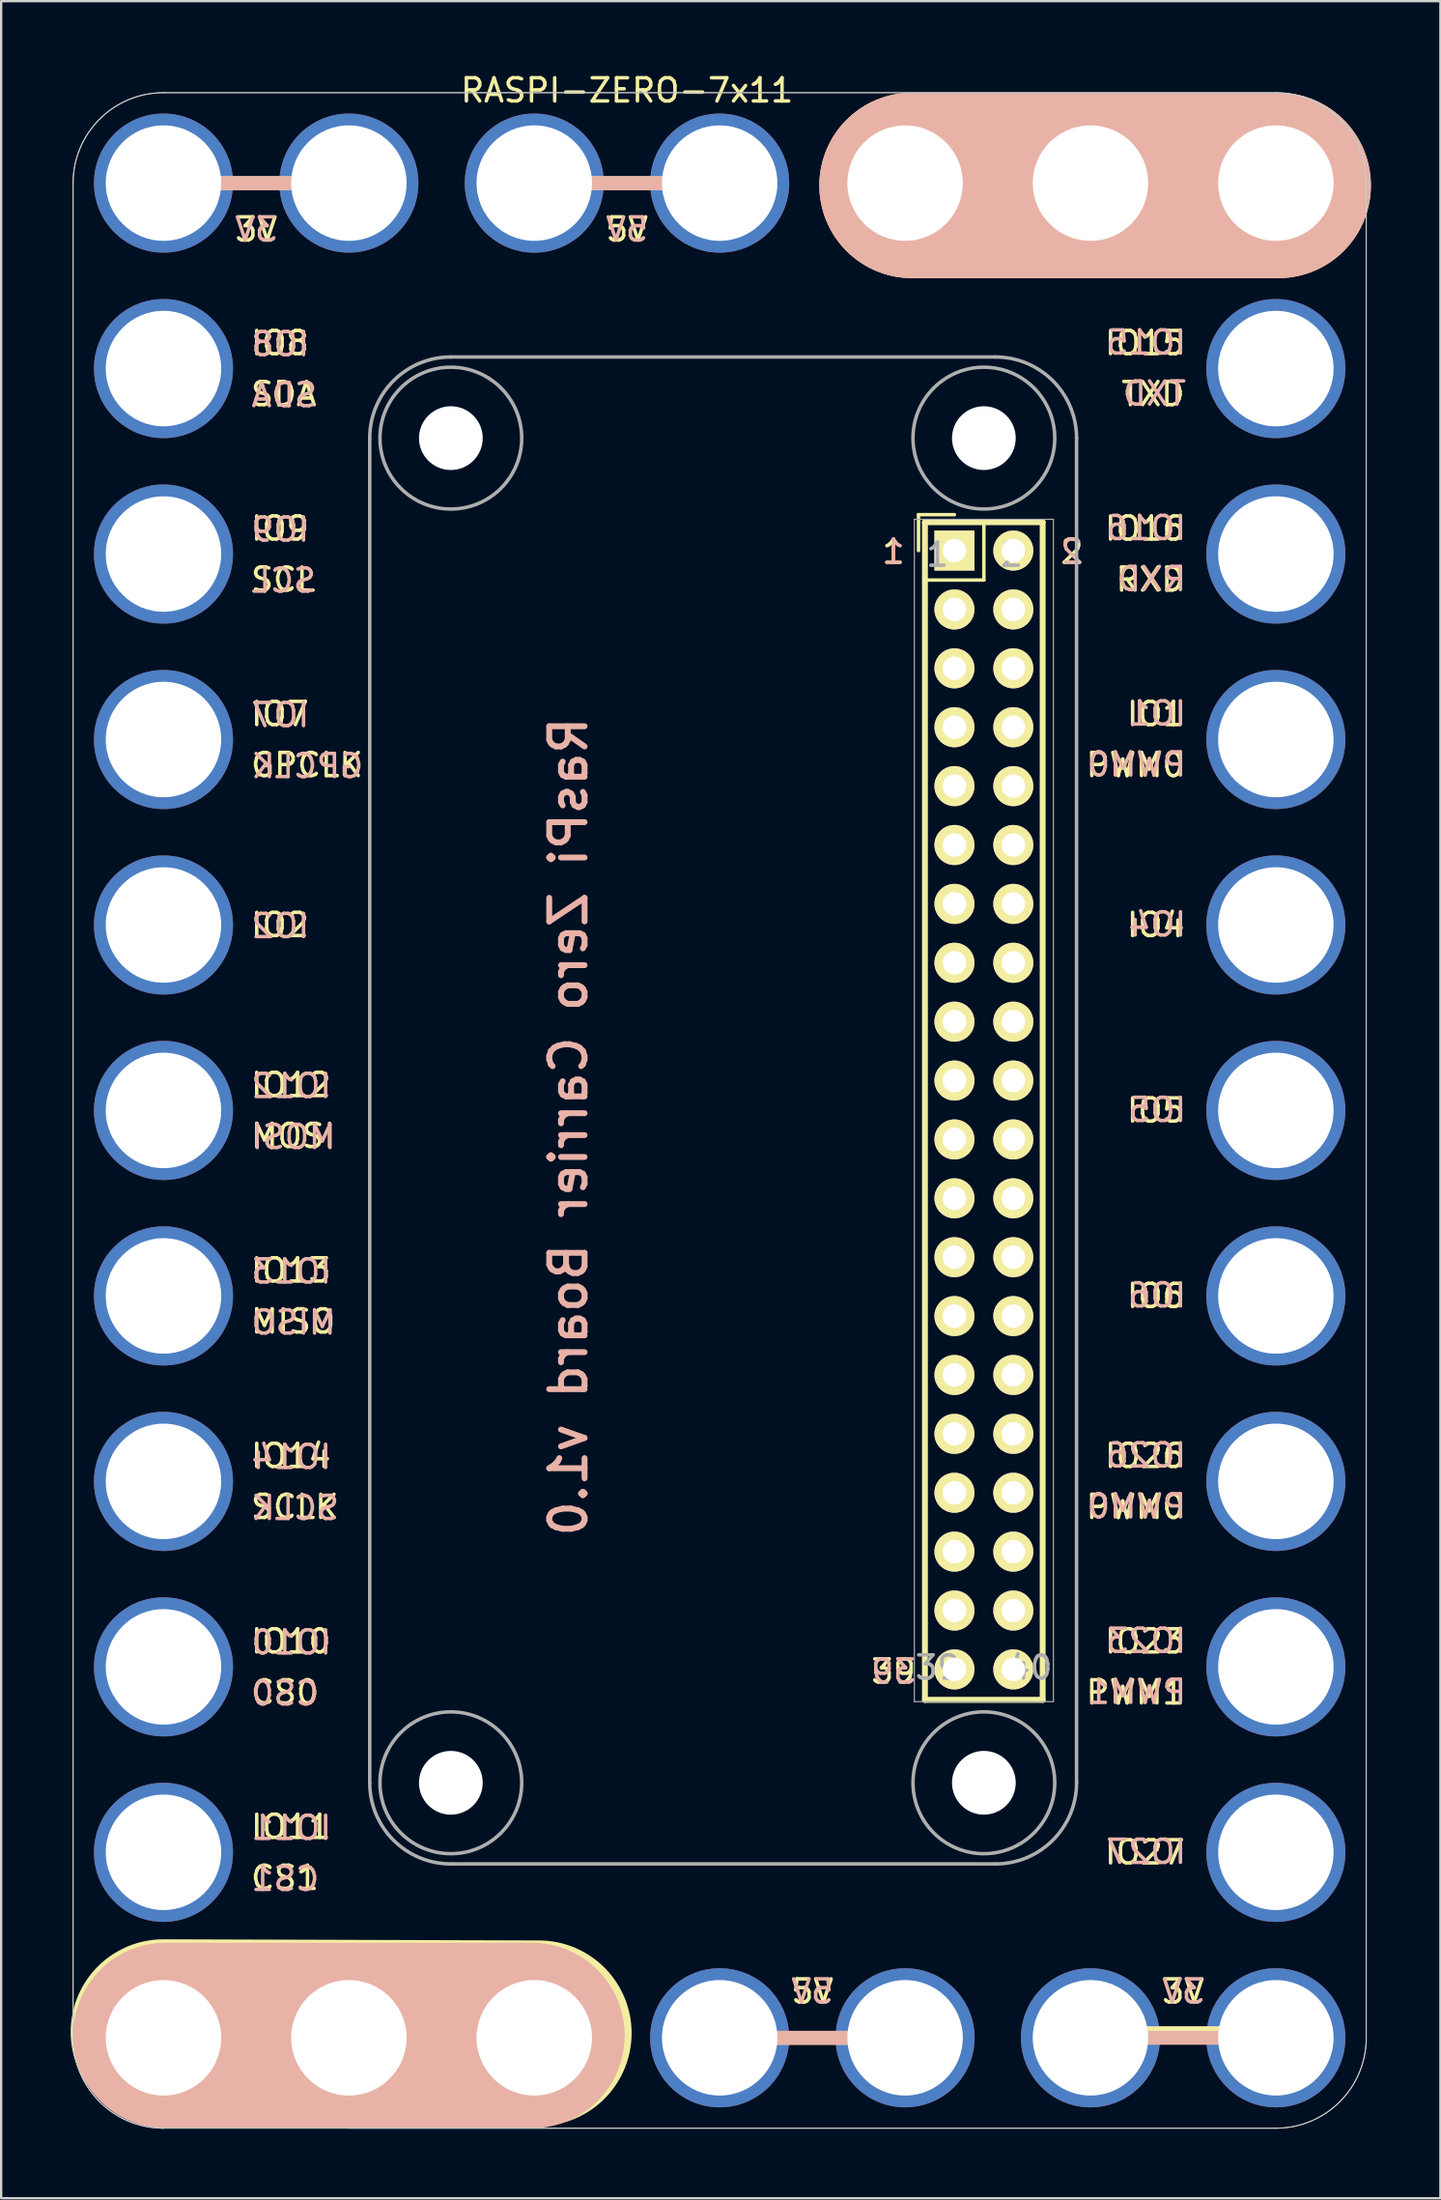
<source format=kicad_pcb>
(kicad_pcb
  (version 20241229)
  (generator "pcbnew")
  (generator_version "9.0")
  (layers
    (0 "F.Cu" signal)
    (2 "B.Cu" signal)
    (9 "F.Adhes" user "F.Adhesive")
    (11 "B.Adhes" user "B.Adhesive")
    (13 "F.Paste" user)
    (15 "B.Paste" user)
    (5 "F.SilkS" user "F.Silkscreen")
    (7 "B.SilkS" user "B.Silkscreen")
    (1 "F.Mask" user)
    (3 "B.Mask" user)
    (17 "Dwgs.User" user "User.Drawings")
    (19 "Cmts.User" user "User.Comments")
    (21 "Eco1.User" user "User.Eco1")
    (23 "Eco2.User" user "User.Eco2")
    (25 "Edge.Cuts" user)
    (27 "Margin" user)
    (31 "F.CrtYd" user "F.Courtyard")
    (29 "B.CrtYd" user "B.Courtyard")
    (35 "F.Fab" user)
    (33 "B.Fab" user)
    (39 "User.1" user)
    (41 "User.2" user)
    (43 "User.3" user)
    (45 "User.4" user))
  (footprint "RASPI-ZERO-7x11"
    (layer "F.Cu")
    (at 3.904 5.348)
    (property "Reference" "RASPI-ZERO-7x11" (at 20.1 -4.5 0) (layer "F.SilkS") (effects (font (size 1 1) (thickness 0.15))))
    (attr through_hole)
    (fp_line (start -0.4 -0.5) (end 8.2 -0.5) (stroke (width 0.6) (type solid)) (layer "F.SilkS"))
    (fp_line (start 15.4 -0.5) (end 24 -0.5) (stroke (width 0.6) (type solid)) (layer "F.SilkS"))
    (fp_line (start 16.3 79.3) (end 0.096 79.25) (stroke (width 8) (type solid)) (layer "F.SilkS"))
    (fp_line (start 23.9 79.5) (end 32.2 79.5) (stroke (width 0.6) (type solid)) (layer "F.SilkS"))
    (fp_line (start 32.4 -0.4) (end 48.2 -0.4) (stroke (width 8) (type solid)) (layer "F.SilkS"))
    (fp_line (start 32.68 13.8) (end 32.68 15.35) (stroke (width 0.15) (type solid)) (layer "F.SilkS"))
    (fp_line (start 32.957 14.127) (end 38.037 14.127) (stroke (width 0.254) (type solid)) (layer "F.SilkS"))
    (fp_line (start 32.957 64.927) (end 32.957 14.127) (stroke (width 0.254) (type solid)) (layer "F.SilkS"))
    (fp_line (start 32.96 16.62) (end 32.96 64.88) (stroke (width 0.15) (type solid)) (layer "F.SilkS"))
    (fp_line (start 34.23 13.8) (end 32.68 13.8) (stroke (width 0.15) (type solid)) (layer "F.SilkS"))
    (fp_line (start 35.5 14.08) (end 35.5 16.62) (stroke (width 0.15) (type solid)) (layer "F.SilkS"))
    (fp_line (start 35.5 16.62) (end 32.96 16.62) (stroke (width 0.15) (type solid)) (layer "F.SilkS"))
    (fp_line (start 38.037 14.127) (end 38.037 64.927) (stroke (width 0.254) (type solid)) (layer "F.SilkS"))
    (fp_line (start 38.037 64.927) (end 32.957 64.927) (stroke (width 0.254) (type solid)) (layer "F.SilkS"))
    (fp_line (start 38.04 14.08) (end 35.5 14.08) (stroke (width 0.15) (type solid)) (layer "F.SilkS"))
    (fp_line (start 38.04 64.88) (end 32.96 64.88) (stroke (width 0.15) (type solid)) (layer "F.SilkS"))
    (fp_line (start 38.04 64.88) (end 38.04 14.08) (stroke (width 0.15) (type solid)) (layer "F.SilkS"))
    (fp_line (start 40.2 79.3) (end 48.3 79.3) (stroke (width 0.6) (type solid)) (layer "F.SilkS"))
    (fp_line (start -0.4 -0.5) (end 8.2 -0.5) (stroke (width 0.6) (type solid)) (layer "B.SilkS"))
    (fp_line (start 15.4 -0.5) (end 24 -0.5) (stroke (width 0.6) (type solid)) (layer "B.SilkS"))
    (fp_line (start 16 79.4) (end 0.2 79.4) (stroke (width 8) (type solid)) (layer "B.SilkS"))
    (fp_line (start 32.4 -0.4) (end 48.2 -0.4) (stroke (width 8) (type solid)) (layer "B.SilkS"))
    (fp_line (start 33 79.5) (end 24.4 79.5) (stroke (width 0.6) (type solid)) (layer "B.SilkS"))
    (fp_line (start 48.8 79.5) (end 40.2 79.5) (stroke (width 0.6) (type solid)) (layer "B.SilkS"))
    (fp_line (start -3.8 -0.5) (end -3.8 79.5) (stroke (width 0.041) (type solid)) (layer "Edge.Cuts"))
    (fp_line (start 0 83.4) (end 48.1 83.4) (stroke (width 0.041) (type solid)) (layer "Edge.Cuts"))
    (fp_line (start 48.1 -4.4) (end 0.1 -4.4) (stroke (width 0.041) (type solid)) (layer "Edge.Cuts"))
    (fp_line (start 52 79.6) (end 52 -0.5) (stroke (width 0.041) (type solid)) (layer "Edge.Cuts"))
    (fp_arc (start -3.8 -0.5) (mid -2.657716 -3.257716) (end 0.1 -4.4) (stroke (width 0.04064) (type solid)) (layer "Edge.Cuts"))
    (fp_arc (start 0.1 83.4) (mid -2.655309 82.260122) (end -3.799994 79.506807) (stroke (width 0.04064) (type solid)) (layer "Edge.Cuts"))
    (fp_arc (start 48.1 -4.4) (mid 50.855309 -3.260122) (end 51.999994 -0.506807) (stroke (width 0.04064) (type solid)) (layer "Edge.Cuts"))
    (fp_arc (start 52 79.5) (mid 50.857716 82.257716) (end 48.1 83.4) (stroke (width 0.04064) (type solid)) (layer "Edge.Cuts"))
    (fp_line (start -3.8 -0.5) (end -3.8 79.5) (stroke (width 0.041) (type solid)) (layer "F.Fab"))
    (fp_line (start 8.1 83.4) (end 48.1 83.4) (stroke (width 0.041) (type solid)) (layer "F.Fab"))
    (fp_line (start 9 10.5) (end 9 68.5) (stroke (width 0.15) (type solid)) (layer "F.Fab"))
    (fp_line (start 12.5 72) (end 36 72) (stroke (width 0.15) (type solid)) (layer "F.Fab"))
    (fp_line (start 32.5 14) (end 32.5 65) (stroke (width 0.05) (type solid)) (layer "F.Fab"))
    (fp_line (start 32.5 14) (end 38.5 14) (stroke (width 0.05) (type solid)) (layer "F.Fab"))
    (fp_line (start 32.5 65) (end 38.5 65) (stroke (width 0.05) (type solid)) (layer "F.Fab"))
    (fp_line (start 36 7) (end 12.5 7) (stroke (width 0.15) (type solid)) (layer "F.Fab"))
    (fp_line (start 38.5 14) (end 38.5 65) (stroke (width 0.05) (type solid)) (layer "F.Fab"))
    (fp_line (start 39.5 68.5) (end 39.5 10.5) (stroke (width 0.15) (type solid)) (layer "F.Fab"))
    (fp_line (start 48.1 -4.4) (end 0.1 -4.4) (stroke (width 0.041) (type solid)) (layer "F.Fab"))
    (fp_line (start 52 79.5) (end 52 -0.5) (stroke (width 0.041) (type solid)) (layer "F.Fab"))
    (fp_arc (start -3.8 -0.5) (mid -2.657716 -3.257716) (end 0.1 -4.4) (stroke (width 0.04064) (type solid)) (layer "F.Fab"))
    (fp_arc (start 0.1 83.4) (mid -2.655309 82.260122) (end -3.799994 79.506807) (stroke (width 0.04064) (type solid)) (layer "F.Fab"))
    (fp_arc (start 9 10.5) (mid 10.025126 8.025126) (end 12.5 7) (stroke (width 0.15) (type solid)) (layer "F.Fab"))
    (fp_arc (start 12.5 72) (mid 10.025126 70.974874) (end 9 68.5) (stroke (width 0.15) (type solid)) (layer "F.Fab"))
    (fp_arc (start 36 7) (mid 38.474874 8.025126) (end 39.5 10.5) (stroke (width 0.15) (type solid)) (layer "F.Fab"))
    (fp_arc (start 39.5 68.5) (mid 38.474874 70.974874) (end 36 72) (stroke (width 0.15) (type solid)) (layer "F.Fab"))
    (fp_arc (start 48.1 -4.4) (mid 50.855309 -3.260122) (end 51.999994 -0.506807) (stroke (width 0.04064) (type solid)) (layer "F.Fab"))
    (fp_arc (start 52 79.5) (mid 50.857716 82.257716) (end 48.1 83.4) (stroke (width 0.04064) (type solid)) (layer "F.Fab"))
    (fp_circle (center 12.5 10.5) (end 9.838 8.994) (stroke (width 0.15) (type solid)) (fill no) (layer "F.Fab"))
    (fp_circle (center 12.5 68.5) (end 9.838 66.994) (stroke (width 0.15) (type solid)) (fill no) (layer "F.Fab"))
    (fp_circle (center 35.5 10.5) (end 32.838 8.994) (stroke (width 0.15) (type solid)) (fill no) (layer "F.Fab"))
    (fp_circle (center 35.5 68.5) (end 38.162 70.006) (stroke (width 0.15) (type solid)) (fill no) (layer "F.Fab"))
    (fp_text user "IO23" (at 42.443 62.4 0) (layer "F.SilkS") (effects (font (size 1 1) (thickness 0.15))))
    (fp_text user "3V" (at 44.1 77.5 0) (layer "F.SilkS") (effects (font (size 1 1) (thickness 0.15))))
    (fp_text user "2" (at 39.3 15.4 0) (layer "F.SilkS") (effects (font (size 1 1) (thickness 0.15))))
    (fp_text user "IO6" (at 42.919 47.5 0) (layer "F.SilkS") (effects (font (size 1 1) (thickness 0.15))))
    (fp_text user "PWM0" (at 42.038 24.6 0) (layer "F.SilkS") (effects (font (size 1 1) (thickness 0.15))))
    (fp_text user "IO1" (at 42.919 22.4 0) (layer "F.SilkS") (effects (font (size 1 1) (thickness 0.15))))
    (fp_text user "IO16" (at 42.443 14.4 0) (layer "F.SilkS") (effects (font (size 1 1) (thickness 0.15))))
    (fp_text user "IO9" (at 5.124 14.4 0) (layer "F.SilkS") (effects (font (size 1 1) (thickness 0.15))))
    (fp_text user "MISO" (at 5.695 48.6 0) (layer "F.SilkS") (effects (font (size 1 1) (thickness 0.15))))
    (fp_text user "IO7" (at 5.124 22.4 0) (layer "F.SilkS") (effects (font (size 1 1) (thickness 0.15))))
    (fp_text user "5V" (at 28.1 77.5 0) (layer "F.SilkS") (effects (font (size 1 1) (thickness 0.15))))
    (fp_text user "IO26" (at 42.443 54.4 0) (layer "F.SilkS") (effects (font (size 1 1) (thickness 0.15))))
    (fp_text user "IO8" (at 5.124 6.4 0) (layer "F.SilkS") (effects (font (size 1 1) (thickness 0.15))))
    (fp_text user "CS0" (at 5.338 64.6 0) (layer "F.SilkS") (effects (font (size 1 1) (thickness 0.15))))
    (fp_text user "1" (at 31.6 15.4 0) (layer "F.SilkS") (effects (font (size 1 1) (thickness 0.15))))
    (fp_text user "IO10" (at 5.6 62.4 0) (layer "F.SilkS") (effects (font (size 1 1) (thickness 0.15))))
    (fp_text user "MOSI" (at 5.695 40.6 0) (layer "F.SilkS") (effects (font (size 1 1) (thickness 0.15))))
    (fp_text user "GPCLK" (at 6.29 24.6 0) (layer "F.SilkS") (effects (font (size 1 1) (thickness 0.15))))
    (fp_text user "SCLK" (at 5.767 56.6 0) (layer "F.SilkS") (effects (font (size 1 1) (thickness 0.15))))
    (fp_text user "IO15" (at 42.443 6.4 0) (layer "F.SilkS") (effects (font (size 1 1) (thickness 0.15))))
    (fp_text user "CS1" (at 5.338 72.6 0) (layer "F.SilkS") (effects (font (size 1 1) (thickness 0.15))))
    (fp_text user "IO12" (at 5.6 38.4 0) (layer "F.SilkS") (effects (font (size 1 1) (thickness 0.15))))
    (fp_text user "SCL" (at 5.267 16.6 0) (layer "F.SilkS") (effects (font (size 1 1) (thickness 0.15))))
    (fp_text user "IO13" (at 5.6 46.4 0) (layer "F.SilkS") (effects (font (size 1 1) (thickness 0.15))))
    (fp_text user "IO4" (at 42.919 31.5 0) (layer "F.SilkS") (effects (font (size 1 1) (thickness 0.15))))
    (fp_text user "IO5" (at 42.919 39.5 0) (layer "F.SilkS") (effects (font (size 1 1) (thickness 0.15))))
    (fp_text user "IO2" (at 5.124 31.5 0) (layer "F.SilkS") (effects (font (size 1 1) (thickness 0.15))))
    (fp_text user "IO27" (at 42.443 71.5 0) (layer "F.SilkS") (effects (font (size 1 1) (thickness 0.15))))
    (fp_text user "3V" (at 4.1 1.5 0) (layer "F.SilkS") (effects (font (size 1 1) (thickness 0.15))))
    (fp_text user "IO11" (at 5.6 70.4 0) (layer "F.SilkS") (effects (font (size 1 1) (thickness 0.15))))
    (fp_text user "IO14" (at 5.6 54.4 0) (layer "F.SilkS") (effects (font (size 1 1) (thickness 0.15))))
    (fp_text user "39" (at 31.6 63.7 180) (layer "F.SilkS") (effects (font (size 1 1) (thickness 0.15))))
    (fp_text user "TXD" (at 42.8 8.6 0) (layer "F.SilkS") (effects (font (size 1 1) (thickness 0.15))))
    (fp_text user "RXD" (at 42.681 16.6 0) (layer "F.SilkS") (effects (font (size 1 1) (thickness 0.15))))
    (fp_text user "PWM1" (at 42.038 64.6 0) (layer "F.SilkS") (effects (font (size 1 1) (thickness 0.15))))
    (fp_text user "PWM0" (at 42.038 56.6 0) (layer "F.SilkS") (effects (font (size 1 1) (thickness 0.15))))
    (fp_text user "5V" (at 20.1 1.5 0) (layer "F.SilkS") (effects (font (size 1 1) (thickness 0.15))))
    (fp_text user "SDA" (at 5.29 8.6 0) (layer "F.SilkS") (effects (font (size 1 1) (thickness 0.15))))
    (fp_text user "MISO" (at 5.714 48.644 180) (layer "B.SilkS") (effects (font (size 1 1) (thickness 0.15)) (justify mirror)))
    (fp_text user "IO9" (at 5.143 14.444 180) (layer "B.SilkS") (effects (font (size 1 1) (thickness 0.15)) (justify mirror)))
    (fp_text user "IO27" (at 42.504 71.476 180) (layer "B.SilkS") (effects (font (size 1 1) (thickness 0.15)) (justify mirror)))
    (fp_text user "IO5" (at 42.981 39.476 180) (layer "B.SilkS") (effects (font (size 1 1) (thickness 0.15)) (justify mirror)))
    (fp_text user "TXD" (at 42.861 8.576 180) (layer "B.SilkS") (effects (font (size 1 1) (thickness 0.15)) (justify mirror)))
    (fp_text user "IO10" (at 5.619 62.444 180) (layer "B.SilkS") (effects (font (size 1 1) (thickness 0.15)) (justify mirror)))
    (fp_text user "IO4" (at 42.981 31.476 180) (layer "B.SilkS") (effects (font (size 1 1) (thickness 0.15)) (justify mirror)))
    (fp_text user "CS0" (at 5.357 64.644 180) (layer "B.SilkS") (effects (font (size 1 1) (thickness 0.15)) (justify mirror)))
    (fp_text user "IO11" (at 5.619 70.444 180) (layer "B.SilkS") (effects (font (size 1 1) (thickness 0.15)) (justify mirror)))
    (fp_text user "PWM1" (at 42.1 64.576 180) (layer "B.SilkS") (effects (font (size 1 1) (thickness 0.15)) (justify mirror)))
    (fp_text user "2" (at 39.3 15.4 0) (layer "B.SilkS") (effects (font (size 1 1) (thickness 0.15)) (justify mirror)))
    (fp_text user "IO8" (at 5.143 6.444 180) (layer "B.SilkS") (effects (font (size 1 1) (thickness 0.15)) (justify mirror)))
    (fp_text user "IO13" (at 5.619 46.444 180) (layer "B.SilkS") (effects (font (size 1 1) (thickness 0.15)) (justify mirror)))
    (fp_text user "SCLK" (at 5.786 56.644 180) (layer "B.SilkS") (effects (font (size 1 1) (thickness 0.15)) (justify mirror)))
    (fp_text user "5V" (at 20.1 1.5 0) (layer "B.SilkS") (effects (font (size 1 1) (thickness 0.15)) (justify mirror)))
    (fp_text user "IO16" (at 42.504 14.376 180) (layer "B.SilkS") (effects (font (size 1 1) (thickness 0.15)) (justify mirror)))
    (fp_text user "IO14" (at 5.619 54.444 180) (layer "B.SilkS") (effects (font (size 1 1) (thickness 0.15)) (justify mirror)))
    (fp_text user "IO1" (at 42.981 22.376 180) (layer "B.SilkS") (effects (font (size 1 1) (thickness 0.15)) (justify mirror)))
    (fp_text user "IO15" (at 42.504 6.376 180) (layer "B.SilkS") (effects (font (size 1 1) (thickness 0.15)) (justify mirror)))
    (fp_text user "3V" (at 44.1 77.5 0) (layer "B.SilkS") (effects (font (size 1 1) (thickness 0.15)) (justify mirror)))
    (fp_text user "RXD" (at 42.742 16.576 180) (layer "B.SilkS") (effects (font (size 1 1) (thickness 0.15)) (justify mirror)))
    (fp_text user "IO26" (at 42.504 54.376 180) (layer "B.SilkS") (effects (font (size 1 1) (thickness 0.15)) (justify mirror)))
    (fp_text user "SDA" (at 5.31 8.644 180) (layer "B.SilkS") (effects (font (size 1 1) (thickness 0.15)) (justify mirror)))
    (fp_text user "RasPi Zero Carrier Board v1.0" (at 17.578 40.2 90) (layer "B.SilkS") (effects (font (size 1.524 1.524) (thickness 0.254)) (justify mirror)))
    (fp_text user "SCL" (at 5.286 16.644 180) (layer "B.SilkS") (effects (font (size 1 1) (thickness 0.15)) (justify mirror)))
    (fp_text user "1" (at 31.6 15.4 0) (layer "B.SilkS") (effects (font (size 1 1) (thickness 0.15)) (justify mirror)))
    (fp_text user "PWM0" (at 42.1 24.576 180) (layer "B.SilkS") (effects (font (size 1 1) (thickness 0.15)) (justify mirror)))
    (fp_text user "IO6" (at 42.981 47.476 180) (layer "B.SilkS") (effects (font (size 1 1) (thickness 0.15)) (justify mirror)))
    (fp_text user "PWM0" (at 42.1 56.576 180) (layer "B.SilkS") (effects (font (size 1 1) (thickness 0.15)) (justify mirror)))
    (fp_text user "39" (at 31.6 63.7 0) (layer "B.SilkS") (effects (font (size 1 1) (thickness 0.15)) (justify mirror)))
    (fp_text user "IO7" (at 5.143 22.444 180) (layer "B.SilkS") (effects (font (size 1 1) (thickness 0.15)) (justify mirror)))
    (fp_text user "IO2" (at 5.143 31.544 180) (layer "B.SilkS") (effects (font (size 1 1) (thickness 0.15)) (justify mirror)))
    (fp_text user "GPCLK" (at 6.31 24.644 180) (layer "B.SilkS") (effects (font (size 1 1) (thickness 0.15)) (justify mirror)))
    (fp_text user "CS1" (at 5.357 72.644 180) (layer "B.SilkS") (effects (font (size 1 1) (thickness 0.15)) (justify mirror)))
    (fp_text user "3V" (at 4.1 1.5 0) (layer "B.SilkS") (effects (font (size 1 1) (thickness 0.15)) (justify mirror)))
    (fp_text user "MOSI" (at 5.714 40.644 180) (layer "B.SilkS") (effects (font (size 1 1) (thickness 0.15)) (justify mirror)))
    (fp_text user "IO12" (at 5.619 38.444 180) (layer "B.SilkS") (effects (font (size 1 1) (thickness 0.15)) (justify mirror)))
    (fp_text user "5V" (at 28.1 77.5 0) (layer "B.SilkS") (effects (font (size 1 1) (thickness 0.15)) (justify mirror)))
    (fp_text user "IO23" (at 42.504 62.376 180) (layer "B.SilkS") (effects (font (size 1 1) (thickness 0.15)) (justify mirror)))
    (fp_text user "1" (at 33.497 15.527 0) (layer "F.Fab") (effects (font (size 1 1) (thickness 0.15))))
    (fp_text user "39" (at 33.497 63.527 0) (layer "F.Fab") (effects (font (size 1 1) (thickness 0.15))))
    (fp_text user "2" (at 36.7 15.527 0) (layer "F.Fab") (effects (font (size 1 1) (thickness 0.15))))
    (fp_text user "40" (at 37.497 63.527 0) (layer "F.Fab") (effects (font (size 1 1) (thickness 0.15))))
    (pad "" np_thru_hole circle (at 12.5 10.5 270) (size 2.75 2.75) (drill 2.75) (layers "*.Cu"))
    (pad "" np_thru_hole circle (at 12.5 68.5 90) (size 2.75 2.75) (drill 2.75) (layers "*.Cu"))
    (pad "" np_thru_hole circle (at 35.5 10.5 270) (size 2.75 2.75) (drill 2.75) (layers "*.Cu"))
    (pad "" np_thru_hole circle (at 35.5 68.5 90) (size 2.75 2.75) (drill 2.75) (layers "*.Cu"))
    (pad "1" thru_hole circle (at 0.1 -0.5 270) (size 6 6) (drill 4.98) (layers "*.Cu" "*.Mask"))
    (pad "1" thru_hole circle (at 8.1 -0.5 270) (size 6 6) (drill 4.98) (layers "*.Cu" "*.Mask"))
    (pad "1" thru_hole rect (at 34.23 15.35) (size 1.727 1.727) (drill 1.016) (layers "*.Cu" "*.Mask" "F.SilkS"))
    (pad "1" thru_hole circle (at 40.1 79.5 270) (size 6 6) (drill 4.98) (layers "*.Cu" "*.Mask"))
    (pad "1" thru_hole circle (at 48.099 79.5 270) (size 6 6) (drill 4.98) (layers "*.Cu" "*.Mask"))
    (pad "2" thru_hole circle (at 16.1 -0.5 270) (size 6 6) (drill 4.98) (layers "*.Cu" "*.Mask"))
    (pad "2" thru_hole circle (at 24.1 -0.5 270) (size 6 6) (drill 4.98) (layers "*.Cu" "*.Mask"))
    (pad "2" thru_hole circle (at 24.1 79.5 270) (size 6 6) (drill 4.98) (layers "*.Cu" "*.Mask"))
    (pad "2" thru_hole circle (at 32.1 79.5 270) (size 6 6) (drill 4.98) (layers "*.Cu" "*.Mask"))
    (pad "2" thru_hole oval (at 36.77 15.35) (size 1.727 1.727) (drill 1.016) (layers "*.Cu" "*.Mask" "F.SilkS"))
    (pad "3" thru_hole circle (at 0.1 7.5 270) (size 6 6) (drill 4.98) (layers "*.Cu" "*.Mask"))
    (pad "3" thru_hole oval (at 34.23 17.89) (size 1.727 1.727) (drill 1.016) (layers "*.Cu" "*.Mask" "F.SilkS"))
    (pad "4" thru_hole oval (at 36.77 17.89) (size 1.727 1.727) (drill 1.016) (layers "*.Cu" "*.Mask" "F.SilkS"))
    (pad "5" thru_hole circle (at 0.1 15.5 270) (size 6 6) (drill 4.98) (layers "*.Cu" "*.Mask"))
    (pad "5" thru_hole oval (at 34.23 20.43) (size 1.727 1.727) (drill 1.016) (layers "*.Cu" "*.Mask" "F.SilkS"))
    (pad "6" thru_hole circle (at 0.1 79.5 270) (size 6 6) (drill 4.98) (layers "*.Cu" "*.Mask"))
    (pad "6" thru_hole circle (at 8.1 79.5 270) (size 6 6) (drill 4.98) (layers "*.Cu" "*.Mask"))
    (pad "6" thru_hole circle (at 16.1 79.5 270) (size 6 6) (drill 4.98) (layers "*.Cu" "*.Mask"))
    (pad "6" thru_hole circle (at 32.1 -0.5 270) (size 6 6) (drill 4.98) (layers "*.Cu" "*.Mask"))
    (pad "6" thru_hole oval (at 36.77 20.43) (size 1.727 1.727) (drill 1.016) (layers "*.Cu" "*.Mask" "F.SilkS"))
    (pad "6" thru_hole circle (at 40.1 -0.5 270) (size 6 6) (drill 4.98) (layers "*.Cu" "*.Mask"))
    (pad "6" thru_hole circle (at 48.099 -0.5 270) (size 6 6) (drill 4.98) (layers "*.Cu" "*.Mask"))
    (pad "7" thru_hole circle (at 0.1 23.5 270) (size 6 6) (drill 4.98) (layers "*.Cu" "*.Mask"))
    (pad "7" thru_hole oval (at 34.23 22.97) (size 1.727 1.727) (drill 1.016) (layers "*.Cu" "*.Mask" "F.SilkS"))
    (pad "8" thru_hole oval (at 36.77 22.97) (size 1.727 1.727) (drill 1.016) (layers "*.Cu" "*.Mask" "F.SilkS"))
    (pad "8" thru_hole circle (at 48.099 7.5 270) (size 6 6) (drill 4.98) (layers "*.Cu" "*.Mask"))
    (pad "9" thru_hole oval (at 34.23 25.51) (size 1.727 1.727) (drill 1.016) (layers "*.Cu" "*.Mask" "F.SilkS"))
    (pad "10" thru_hole oval (at 36.77 25.51) (size 1.727 1.727) (drill 1.016) (layers "*.Cu" "*.Mask" "F.SilkS"))
    (pad "10" thru_hole circle (at 48.099 15.5 270) (size 6 6) (drill 4.98) (layers "*.Cu" "*.Mask"))
    (pad "11" thru_hole oval (at 34.23 28.05) (size 1.727 1.727) (drill 1.016) (layers "*.Cu" "*.Mask" "F.SilkS"))
    (pad "12" thru_hole oval (at 36.77 28.05) (size 1.727 1.727) (drill 1.016) (layers "*.Cu" "*.Mask" "F.SilkS"))
    (pad "12" thru_hole circle (at 48.099 23.5 270) (size 6 6) (drill 4.98) (layers "*.Cu" "*.Mask"))
    (pad "13" thru_hole circle (at 0.1 31.5 270) (size 6 6) (drill 4.98) (layers "*.Cu" "*.Mask"))
    (pad "13" thru_hole oval (at 34.23 30.59) (size 1.727 1.727) (drill 1.016) (layers "*.Cu" "*.Mask" "F.SilkS"))
    (pad "14" thru_hole oval (at 36.77 30.59) (size 1.727 1.727) (drill 1.016) (layers "*.Cu" "*.Mask" "F.SilkS"))
    (pad "15" thru_hole oval (at 34.23 33.13) (size 1.727 1.727) (drill 1.016) (layers "*.Cu" "*.Mask" "F.SilkS"))
    (pad "16" thru_hole oval (at 36.77 33.13) (size 1.727 1.727) (drill 1.016) (layers "*.Cu" "*.Mask" "F.SilkS"))
    (pad "16" thru_hole circle (at 48.099 31.5 270) (size 6 6) (drill 4.98) (layers "*.Cu" "*.Mask"))
    (pad "17" thru_hole oval (at 34.23 35.67) (size 1.727 1.727) (drill 1.016) (layers "*.Cu" "*.Mask" "F.SilkS"))
    (pad "18" thru_hole oval (at 36.77 35.67) (size 1.727 1.727) (drill 1.016) (layers "*.Cu" "*.Mask" "F.SilkS"))
    (pad "18" thru_hole circle (at 48.1 39.5 270) (size 6 6) (drill 4.98) (layers "*.Cu" "*.Mask"))
    (pad "19" thru_hole circle (at 0.1 39.5 270) (size 6 6) (drill 4.98) (layers "*.Cu" "*.Mask"))
    (pad "19" thru_hole oval (at 34.23 38.21) (size 1.727 1.727) (drill 1.016) (layers "*.Cu" "*.Mask" "F.SilkS"))
    (pad "20" thru_hole oval (at 36.77 38.21) (size 1.727 1.727) (drill 1.016) (layers "*.Cu" "*.Mask" "F.SilkS"))
    (pad "21" thru_hole circle (at 0.1 47.5 270) (size 6 6) (drill 4.98) (layers "*.Cu" "*.Mask"))
    (pad "21" thru_hole oval (at 34.23 40.75) (size 1.727 1.727) (drill 1.016) (layers "*.Cu" "*.Mask" "F.SilkS"))
    (pad "22" thru_hole oval (at 36.77 40.75) (size 1.727 1.727) (drill 1.016) (layers "*.Cu" "*.Mask" "F.SilkS"))
    (pad "22" thru_hole circle (at 48.099 47.5 270) (size 6 6) (drill 4.98) (layers "*.Cu" "*.Mask"))
    (pad "23" thru_hole circle (at 0.1 55.5 270) (size 6 6) (drill 4.98) (layers "*.Cu" "*.Mask"))
    (pad "23" thru_hole oval (at 34.23 43.29) (size 1.727 1.727) (drill 1.016) (layers "*.Cu" "*.Mask" "F.SilkS"))
    (pad "24" thru_hole circle (at 0.1 63.5 270) (size 6 6) (drill 4.98) (layers "*.Cu" "*.Mask"))
    (pad "24" thru_hole oval (at 36.77 43.29) (size 1.727 1.727) (drill 1.016) (layers "*.Cu" "*.Mask" "F.SilkS"))
    (pad "25" thru_hole oval (at 34.23 45.83) (size 1.727 1.727) (drill 1.016) (layers "*.Cu" "*.Mask" "F.SilkS"))
    (pad "26" thru_hole circle (at 0.1 71.5 270) (size 6 6) (drill 4.98) (layers "*.Cu" "*.Mask"))
    (pad "26" thru_hole oval (at 36.77 45.83) (size 1.727 1.727) (drill 1.016) (layers "*.Cu" "*.Mask" "F.SilkS"))
    (pad "27" thru_hole oval (at 34.23 48.37) (size 1.727 1.727) (drill 1.016) (layers "*.Cu" "*.Mask" "F.SilkS"))
    (pad "28" thru_hole oval (at 36.77 48.37) (size 1.727 1.727) (drill 1.016) (layers "*.Cu" "*.Mask" "F.SilkS"))
    (pad "29" thru_hole oval (at 34.23 50.91) (size 1.727 1.727) (drill 1.016) (layers "*.Cu" "*.Mask" "F.SilkS"))
    (pad "30" thru_hole oval (at 36.77 50.91) (size 1.727 1.727) (drill 1.016) (layers "*.Cu" "*.Mask" "F.SilkS"))
    (pad "31" thru_hole oval (at 34.23 53.45) (size 1.727 1.727) (drill 1.016) (layers "*.Cu" "*.Mask" "F.SilkS"))
    (pad "32" thru_hole oval (at 36.77 53.45) (size 1.727 1.727) (drill 1.016) (layers "*.Cu" "*.Mask" "F.SilkS"))
    (pad "32" thru_hole circle (at 48.1 55.5 270) (size 6 6) (drill 4.98) (layers "*.Cu" "*.Mask"))
    (pad "33" thru_hole oval (at 34.23 55.99) (size 1.727 1.727) (drill 1.016) (layers "*.Cu" "*.Mask" "F.SilkS"))
    (pad "33" thru_hole circle (at 48.1 63.5 270) (size 6 6) (drill 4.98) (layers "*.Cu" "*.Mask"))
    (pad "34" thru_hole oval (at 36.77 55.99) (size 1.727 1.727) (drill 1.016) (layers "*.Cu" "*.Mask" "F.SilkS"))
    (pad "35" thru_hole oval (at 34.23 58.53) (size 1.727 1.727) (drill 1.016) (layers "*.Cu" "*.Mask" "F.SilkS"))
    (pad "36" thru_hole oval (at 36.77 58.53) (size 1.727 1.727) (drill 1.016) (layers "*.Cu" "*.Mask" "F.SilkS"))
    (pad "36" thru_hole circle (at 48.1 71.5 270) (size 6 6) (drill 4.98) (layers "*.Cu" "*.Mask"))
    (pad "37" thru_hole oval (at 34.23 61.07) (size 1.727 1.727) (drill 1.016) (layers "*.Cu" "*.Mask" "F.SilkS"))
    (pad "38" thru_hole oval (at 36.77 61.07) (size 1.727 1.727) (drill 1.016) (layers "*.Cu" "*.Mask" "F.SilkS"))
    (pad "39" thru_hole oval (at 34.23 63.61) (size 1.727 1.727) (drill 1.016) (layers "*.Cu" "*.Mask" "F.SilkS"))
    (pad "40" thru_hole oval (at 36.77 63.61) (size 1.727 1.727) (drill 1.016) (layers "*.Cu" "*.Mask" "F.SilkS")))
  (gr_rect
    (start -3 -3)
    (end 59.104 91.769)
    (stroke (width 0.1) (type default))
    (fill no)
    (layer "Edge.Cuts")))
</source>
